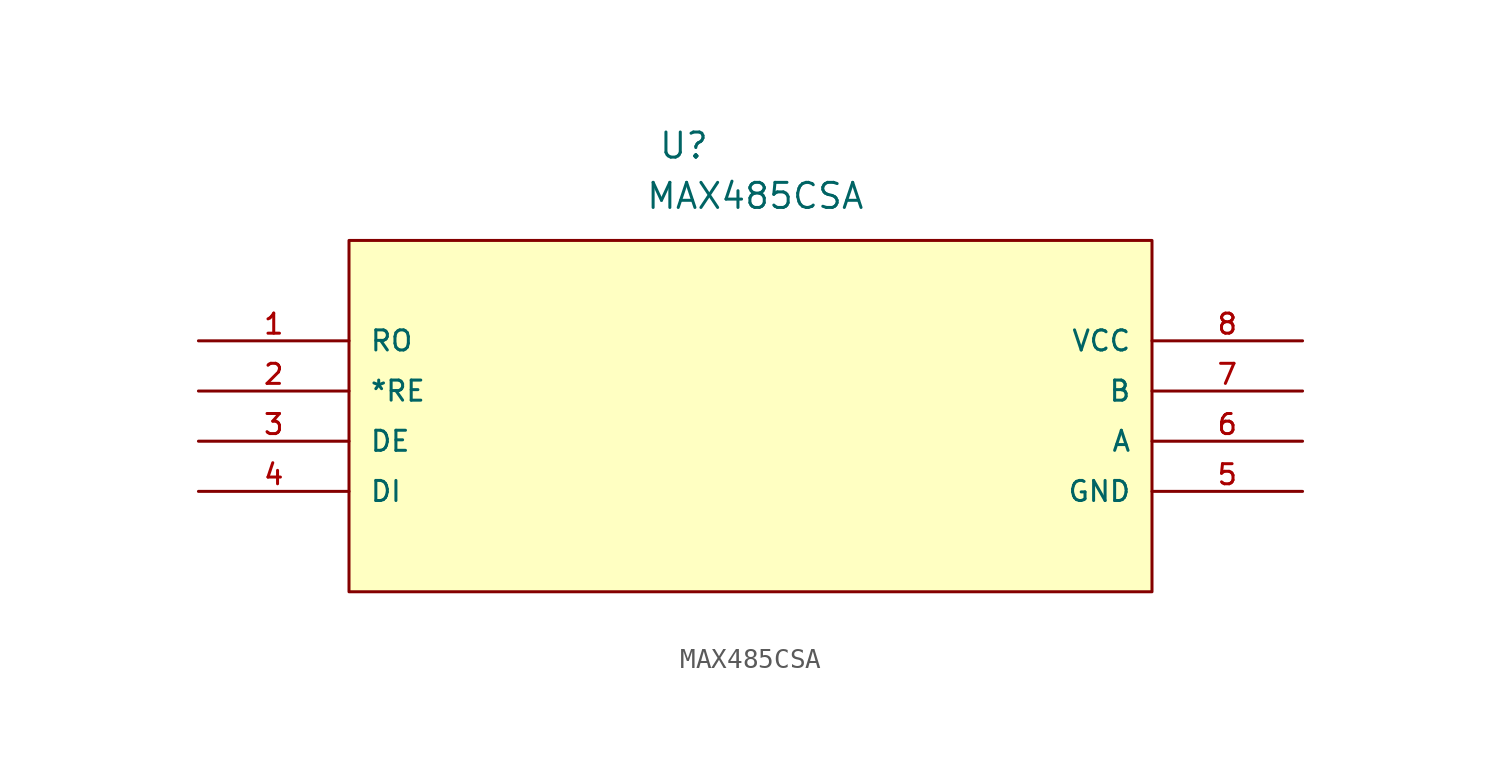
<source format=kicad_sym>
(kicad_symbol_lib
  (version 20211014)
  (generator kicad_symbol_editor)
  (symbol "MAX485CSA"
    (pin_names
      (offset 1.016))
    (property "Reference" "U"
      (at 23.258 9.135 0.0)
      (effects (font (size 1.27 1.27)) (justify bottom left)))
    (property "Value" "MAX485CSA"
      (at 22.609 6.587 0.0)
      (effects (font (size 1.27 1.27)) (justify bottom left)))
    (symbol "MAX485CSA_0_0"
      (rectangle (start 7.62 -12.7) (end 48.26 5.08) (stroke (width 0.152)) (fill (type background)))
      (pin output line (at 0.0 0.0 0) (length 7.62) (name "RO" (effects (font (size 1.016 1.016)))) (number "1" (effects (font (size 1.016 1.016)))))
      (pin output line (at 0.0 -2.54 0) (length 7.62) (name "*RE" (effects (font (size 1.016 1.016)))) (number "2" (effects (font (size 1.016 1.016)))))
      (pin output line (at 0.0 -5.08 0) (length 7.62) (name "DE" (effects (font (size 1.016 1.016)))) (number "3" (effects (font (size 1.016 1.016)))))
      (pin input line (at 0.0 -7.62 0) (length 7.62) (name "DI" (effects (font (size 1.016 1.016)))) (number "4" (effects (font (size 1.016 1.016)))))
      (pin power_in line (at 55.88 -7.62 180.0) (length 7.62) (name "GND" (effects (font (size 1.016 1.016)))) (number "5" (effects (font (size 1.016 1.016)))))
      (pin bidirectional line (at 55.88 -5.08 180.0) (length 7.62) (name "A" (effects (font (size 1.016 1.016)))) (number "6" (effects (font (size 1.016 1.016)))))
      (pin bidirectional line (at 55.88 -2.54 180.0) (length 7.62) (name "B" (effects (font (size 1.016 1.016)))) (number "7" (effects (font (size 1.016 1.016)))))
      (pin power_in line (at 55.88 0.0 180.0) (length 7.62) (name "VCC" (effects (font (size 1.016 1.016)))) (number "8" (effects (font (size 1.016 1.016))))))))
</source>
